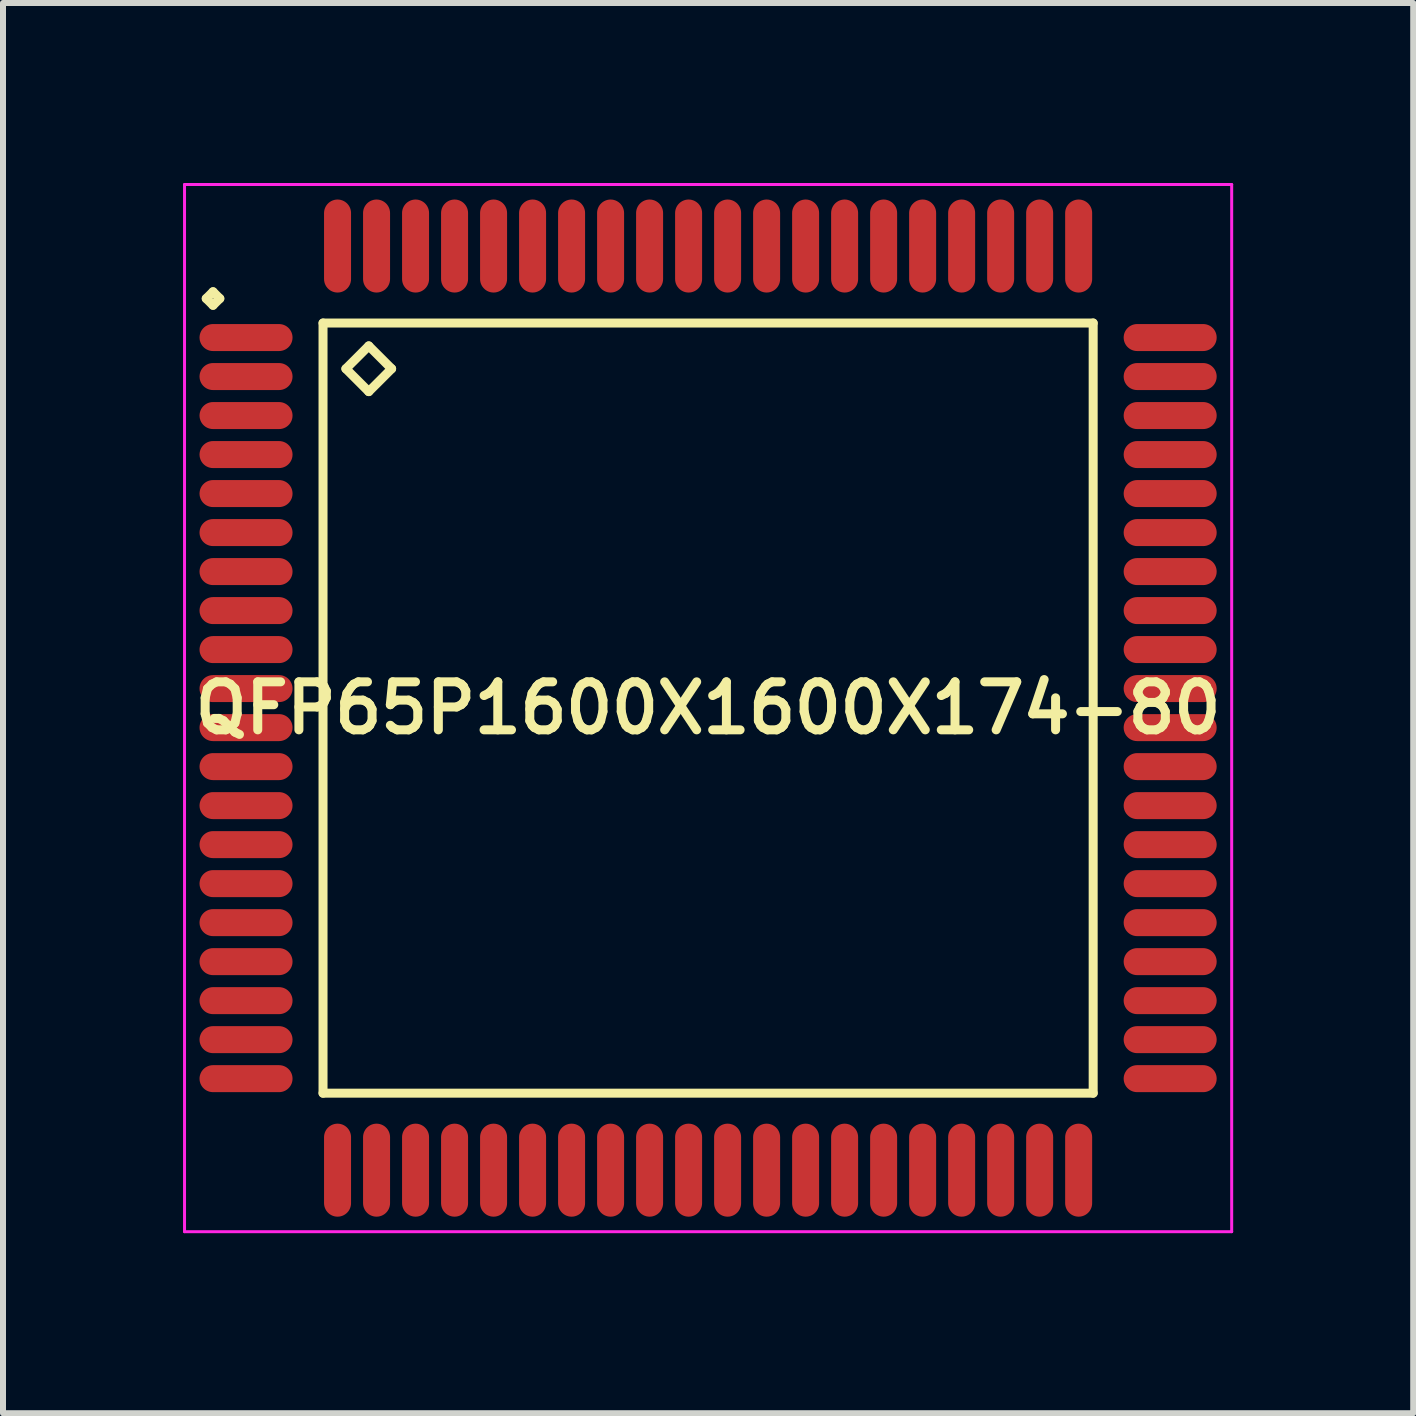
<source format=kicad_pcb>
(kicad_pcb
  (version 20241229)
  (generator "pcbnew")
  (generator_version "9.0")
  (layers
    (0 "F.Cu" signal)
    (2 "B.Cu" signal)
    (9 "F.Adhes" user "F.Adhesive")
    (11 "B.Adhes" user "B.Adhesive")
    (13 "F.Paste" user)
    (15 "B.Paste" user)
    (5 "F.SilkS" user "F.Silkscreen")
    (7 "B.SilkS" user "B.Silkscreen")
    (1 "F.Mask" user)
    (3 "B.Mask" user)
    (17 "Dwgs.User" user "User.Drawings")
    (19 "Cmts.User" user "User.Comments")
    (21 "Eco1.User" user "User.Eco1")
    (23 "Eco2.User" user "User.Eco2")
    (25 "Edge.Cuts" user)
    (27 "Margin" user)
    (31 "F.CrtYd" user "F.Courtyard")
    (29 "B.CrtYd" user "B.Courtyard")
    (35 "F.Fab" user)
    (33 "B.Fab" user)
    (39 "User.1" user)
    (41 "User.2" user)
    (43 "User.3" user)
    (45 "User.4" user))
  (footprint "QFP65P1600X1600X174-80"
    (layer "F.Cu")
    (at 8.75 8.75)
    (property "Reference" "QFP65P1600X1600X174-80" (at 0 0 0) (layer "F.SilkS") (effects (font (size 0.8 0.8) (thickness 0.15))))
    (attr smd)
    (fp_line (start -8.363 -6.825) (end -8.25 -6.938) (stroke (width 0.15) (type solid)) (layer "F.SilkS"))
    (fp_line (start -8.25 -6.938) (end -8.137 -6.825) (stroke (width 0.15) (type solid)) (layer "F.SilkS"))
    (fp_line (start -8.25 -6.713) (end -8.363 -6.825) (stroke (width 0.15) (type solid)) (layer "F.SilkS"))
    (fp_line (start -8.137 -6.825) (end -8.25 -6.713) (stroke (width 0.15) (type solid)) (layer "F.SilkS"))
    (fp_line (start -6.417 -6.417) (end -6.417 6.417) (stroke (width 0.15) (type solid)) (layer "F.SilkS"))
    (fp_line (start -6.417 6.417) (end 6.417 6.417) (stroke (width 0.15) (type solid)) (layer "F.SilkS"))
    (fp_line (start -6.036 -5.655) (end -5.655 -6.036) (stroke (width 0.15) (type solid)) (layer "F.SilkS"))
    (fp_line (start -5.655 -6.036) (end -5.274 -5.655) (stroke (width 0.15) (type solid)) (layer "F.SilkS"))
    (fp_line (start -5.655 -5.274) (end -6.036 -5.655) (stroke (width 0.15) (type solid)) (layer "F.SilkS"))
    (fp_line (start -5.274 -5.655) (end -5.655 -5.274) (stroke (width 0.15) (type solid)) (layer "F.SilkS"))
    (fp_line (start 6.417 -6.417) (end -6.417 -6.417) (stroke (width 0.15) (type solid)) (layer "F.SilkS"))
    (fp_line (start 6.417 6.417) (end 6.417 -6.417) (stroke (width 0.15) (type solid)) (layer "F.SilkS"))
    (fp_line (start -8.725 -8.725) (end 8.725 -8.725) (stroke (width 0.05) (type solid)) (layer "F.CrtYd"))
    (fp_line (start -8.725 8.725) (end -8.725 -8.725) (stroke (width 0.05) (type solid)) (layer "F.CrtYd"))
    (fp_line (start 8.725 -8.725) (end 8.725 8.725) (stroke (width 0.05) (type solid)) (layer "F.CrtYd"))
    (fp_line (start 8.725 8.725) (end -8.725 8.725) (stroke (width 0.05) (type solid)) (layer "F.CrtYd"))
    (pad "1" smd oval (at -7.7 -6.175) (size 1.55 0.45) (layers "F.Cu" "F.Mask" "F.Paste"))
    (pad "2" smd oval (at -7.7 -5.525) (size 1.55 0.45) (layers "F.Cu" "F.Mask" "F.Paste"))
    (pad "3" smd oval (at -7.7 -4.875) (size 1.55 0.45) (layers "F.Cu" "F.Mask" "F.Paste"))
    (pad "4" smd oval (at -7.7 -4.225) (size 1.55 0.45) (layers "F.Cu" "F.Mask" "F.Paste"))
    (pad "5" smd oval (at -7.7 -3.575) (size 1.55 0.45) (layers "F.Cu" "F.Mask" "F.Paste"))
    (pad "6" smd oval (at -7.7 -2.925) (size 1.55 0.45) (layers "F.Cu" "F.Mask" "F.Paste"))
    (pad "7" smd oval (at -7.7 -2.275) (size 1.55 0.45) (layers "F.Cu" "F.Mask" "F.Paste"))
    (pad "8" smd oval (at -7.7 -1.625) (size 1.55 0.45) (layers "F.Cu" "F.Mask" "F.Paste"))
    (pad "9" smd oval (at -7.7 -0.975) (size 1.55 0.45) (layers "F.Cu" "F.Mask" "F.Paste"))
    (pad "10" smd oval (at -7.7 -0.325) (size 1.55 0.45) (layers "F.Cu" "F.Mask" "F.Paste"))
    (pad "11" smd oval (at -7.7 0.325) (size 1.55 0.45) (layers "F.Cu" "F.Mask" "F.Paste"))
    (pad "12" smd oval (at -7.7 0.975) (size 1.55 0.45) (layers "F.Cu" "F.Mask" "F.Paste"))
    (pad "13" smd oval (at -7.7 1.625) (size 1.55 0.45) (layers "F.Cu" "F.Mask" "F.Paste"))
    (pad "14" smd oval (at -7.7 2.275) (size 1.55 0.45) (layers "F.Cu" "F.Mask" "F.Paste"))
    (pad "15" smd oval (at -7.7 2.925) (size 1.55 0.45) (layers "F.Cu" "F.Mask" "F.Paste"))
    (pad "16" smd oval (at -7.7 3.575) (size 1.55 0.45) (layers "F.Cu" "F.Mask" "F.Paste"))
    (pad "17" smd oval (at -7.7 4.225) (size 1.55 0.45) (layers "F.Cu" "F.Mask" "F.Paste"))
    (pad "18" smd oval (at -7.7 4.875) (size 1.55 0.45) (layers "F.Cu" "F.Mask" "F.Paste"))
    (pad "19" smd oval (at -7.7 5.525) (size 1.55 0.45) (layers "F.Cu" "F.Mask" "F.Paste"))
    (pad "20" smd oval (at -7.7 6.175) (size 1.55 0.45) (layers "F.Cu" "F.Mask" "F.Paste"))
    (pad "21" smd oval (at -6.175 7.7) (size 0.45 1.55) (layers "F.Cu" "F.Mask" "F.Paste"))
    (pad "22" smd oval (at -5.525 7.7) (size 0.45 1.55) (layers "F.Cu" "F.Mask" "F.Paste"))
    (pad "23" smd oval (at -4.875 7.7) (size 0.45 1.55) (layers "F.Cu" "F.Mask" "F.Paste"))
    (pad "24" smd oval (at -4.225 7.7) (size 0.45 1.55) (layers "F.Cu" "F.Mask" "F.Paste"))
    (pad "25" smd oval (at -3.575 7.7) (size 0.45 1.55) (layers "F.Cu" "F.Mask" "F.Paste"))
    (pad "26" smd oval (at -2.925 7.7) (size 0.45 1.55) (layers "F.Cu" "F.Mask" "F.Paste"))
    (pad "27" smd oval (at -2.275 7.7) (size 0.45 1.55) (layers "F.Cu" "F.Mask" "F.Paste"))
    (pad "28" smd oval (at -1.625 7.7) (size 0.45 1.55) (layers "F.Cu" "F.Mask" "F.Paste"))
    (pad "29" smd oval (at -0.975 7.7) (size 0.45 1.55) (layers "F.Cu" "F.Mask" "F.Paste"))
    (pad "30" smd oval (at -0.325 7.7) (size 0.45 1.55) (layers "F.Cu" "F.Mask" "F.Paste"))
    (pad "31" smd oval (at 0.325 7.7) (size 0.45 1.55) (layers "F.Cu" "F.Mask" "F.Paste"))
    (pad "32" smd oval (at 0.975 7.7) (size 0.45 1.55) (layers "F.Cu" "F.Mask" "F.Paste"))
    (pad "33" smd oval (at 1.625 7.7) (size 0.45 1.55) (layers "F.Cu" "F.Mask" "F.Paste"))
    (pad "34" smd oval (at 2.275 7.7) (size 0.45 1.55) (layers "F.Cu" "F.Mask" "F.Paste"))
    (pad "35" smd oval (at 2.925 7.7) (size 0.45 1.55) (layers "F.Cu" "F.Mask" "F.Paste"))
    (pad "36" smd oval (at 3.575 7.7) (size 0.45 1.55) (layers "F.Cu" "F.Mask" "F.Paste"))
    (pad "37" smd oval (at 4.225 7.7) (size 0.45 1.55) (layers "F.Cu" "F.Mask" "F.Paste"))
    (pad "38" smd oval (at 4.875 7.7) (size 0.45 1.55) (layers "F.Cu" "F.Mask" "F.Paste"))
    (pad "39" smd oval (at 5.525 7.7) (size 0.45 1.55) (layers "F.Cu" "F.Mask" "F.Paste"))
    (pad "40" smd oval (at 6.175 7.7) (size 0.45 1.55) (layers "F.Cu" "F.Mask" "F.Paste"))
    (pad "41" smd oval (at 7.7 6.175) (size 1.55 0.45) (layers "F.Cu" "F.Mask" "F.Paste"))
    (pad "42" smd oval (at 7.7 5.525) (size 1.55 0.45) (layers "F.Cu" "F.Mask" "F.Paste"))
    (pad "43" smd oval (at 7.7 4.875) (size 1.55 0.45) (layers "F.Cu" "F.Mask" "F.Paste"))
    (pad "44" smd oval (at 7.7 4.225) (size 1.55 0.45) (layers "F.Cu" "F.Mask" "F.Paste"))
    (pad "45" smd oval (at 7.7 3.575) (size 1.55 0.45) (layers "F.Cu" "F.Mask" "F.Paste"))
    (pad "46" smd oval (at 7.7 2.925) (size 1.55 0.45) (layers "F.Cu" "F.Mask" "F.Paste"))
    (pad "47" smd oval (at 7.7 2.275) (size 1.55 0.45) (layers "F.Cu" "F.Mask" "F.Paste"))
    (pad "48" smd oval (at 7.7 1.625) (size 1.55 0.45) (layers "F.Cu" "F.Mask" "F.Paste"))
    (pad "49" smd oval (at 7.7 0.975) (size 1.55 0.45) (layers "F.Cu" "F.Mask" "F.Paste"))
    (pad "50" smd oval (at 7.7 0.325) (size 1.55 0.45) (layers "F.Cu" "F.Mask" "F.Paste"))
    (pad "51" smd oval (at 7.7 -0.325) (size 1.55 0.45) (layers "F.Cu" "F.Mask" "F.Paste"))
    (pad "52" smd oval (at 7.7 -0.975) (size 1.55 0.45) (layers "F.Cu" "F.Mask" "F.Paste"))
    (pad "53" smd oval (at 7.7 -1.625) (size 1.55 0.45) (layers "F.Cu" "F.Mask" "F.Paste"))
    (pad "54" smd oval (at 7.7 -2.275) (size 1.55 0.45) (layers "F.Cu" "F.Mask" "F.Paste"))
    (pad "55" smd oval (at 7.7 -2.925) (size 1.55 0.45) (layers "F.Cu" "F.Mask" "F.Paste"))
    (pad "56" smd oval (at 7.7 -3.575) (size 1.55 0.45) (layers "F.Cu" "F.Mask" "F.Paste"))
    (pad "57" smd oval (at 7.7 -4.225) (size 1.55 0.45) (layers "F.Cu" "F.Mask" "F.Paste"))
    (pad "58" smd oval (at 7.7 -4.875) (size 1.55 0.45) (layers "F.Cu" "F.Mask" "F.Paste"))
    (pad "59" smd oval (at 7.7 -5.525) (size 1.55 0.45) (layers "F.Cu" "F.Mask" "F.Paste"))
    (pad "60" smd oval (at 7.7 -6.175) (size 1.55 0.45) (layers "F.Cu" "F.Mask" "F.Paste"))
    (pad "61" smd oval (at 6.175 -7.7) (size 0.45 1.55) (layers "F.Cu" "F.Mask" "F.Paste"))
    (pad "62" smd oval (at 5.525 -7.7) (size 0.45 1.55) (layers "F.Cu" "F.Mask" "F.Paste"))
    (pad "63" smd oval (at 4.875 -7.7) (size 0.45 1.55) (layers "F.Cu" "F.Mask" "F.Paste"))
    (pad "64" smd oval (at 4.225 -7.7) (size 0.45 1.55) (layers "F.Cu" "F.Mask" "F.Paste"))
    (pad "65" smd oval (at 3.575 -7.7) (size 0.45 1.55) (layers "F.Cu" "F.Mask" "F.Paste"))
    (pad "66" smd oval (at 2.925 -7.7) (size 0.45 1.55) (layers "F.Cu" "F.Mask" "F.Paste"))
    (pad "67" smd oval (at 2.275 -7.7) (size 0.45 1.55) (layers "F.Cu" "F.Mask" "F.Paste"))
    (pad "68" smd oval (at 1.625 -7.7) (size 0.45 1.55) (layers "F.Cu" "F.Mask" "F.Paste"))
    (pad "69" smd oval (at 0.975 -7.7) (size 0.45 1.55) (layers "F.Cu" "F.Mask" "F.Paste"))
    (pad "70" smd oval (at 0.325 -7.7) (size 0.45 1.55) (layers "F.Cu" "F.Mask" "F.Paste"))
    (pad "71" smd oval (at -0.325 -7.7) (size 0.45 1.55) (layers "F.Cu" "F.Mask" "F.Paste"))
    (pad "72" smd oval (at -0.975 -7.7) (size 0.45 1.55) (layers "F.Cu" "F.Mask" "F.Paste"))
    (pad "73" smd oval (at -1.625 -7.7) (size 0.45 1.55) (layers "F.Cu" "F.Mask" "F.Paste"))
    (pad "74" smd oval (at -2.275 -7.7) (size 0.45 1.55) (layers "F.Cu" "F.Mask" "F.Paste"))
    (pad "75" smd oval (at -2.925 -7.7) (size 0.45 1.55) (layers "F.Cu" "F.Mask" "F.Paste"))
    (pad "76" smd oval (at -3.575 -7.7) (size 0.45 1.55) (layers "F.Cu" "F.Mask" "F.Paste"))
    (pad "77" smd oval (at -4.225 -7.7) (size 0.45 1.55) (layers "F.Cu" "F.Mask" "F.Paste"))
    (pad "78" smd oval (at -4.875 -7.7) (size 0.45 1.55) (layers "F.Cu" "F.Mask" "F.Paste"))
    (pad "79" smd oval (at -5.525 -7.7) (size 0.45 1.55) (layers "F.Cu" "F.Mask" "F.Paste"))
    (pad "80" smd oval (at -6.175 -7.7) (size 0.45 1.55) (layers "F.Cu" "F.Mask" "F.Paste")))
  (gr_rect
    (start -3 -3)
    (end 20.5 20.5)
    (stroke (width 0.1) (type default))
    (fill no)
    (layer "Edge.Cuts")))
</source>
